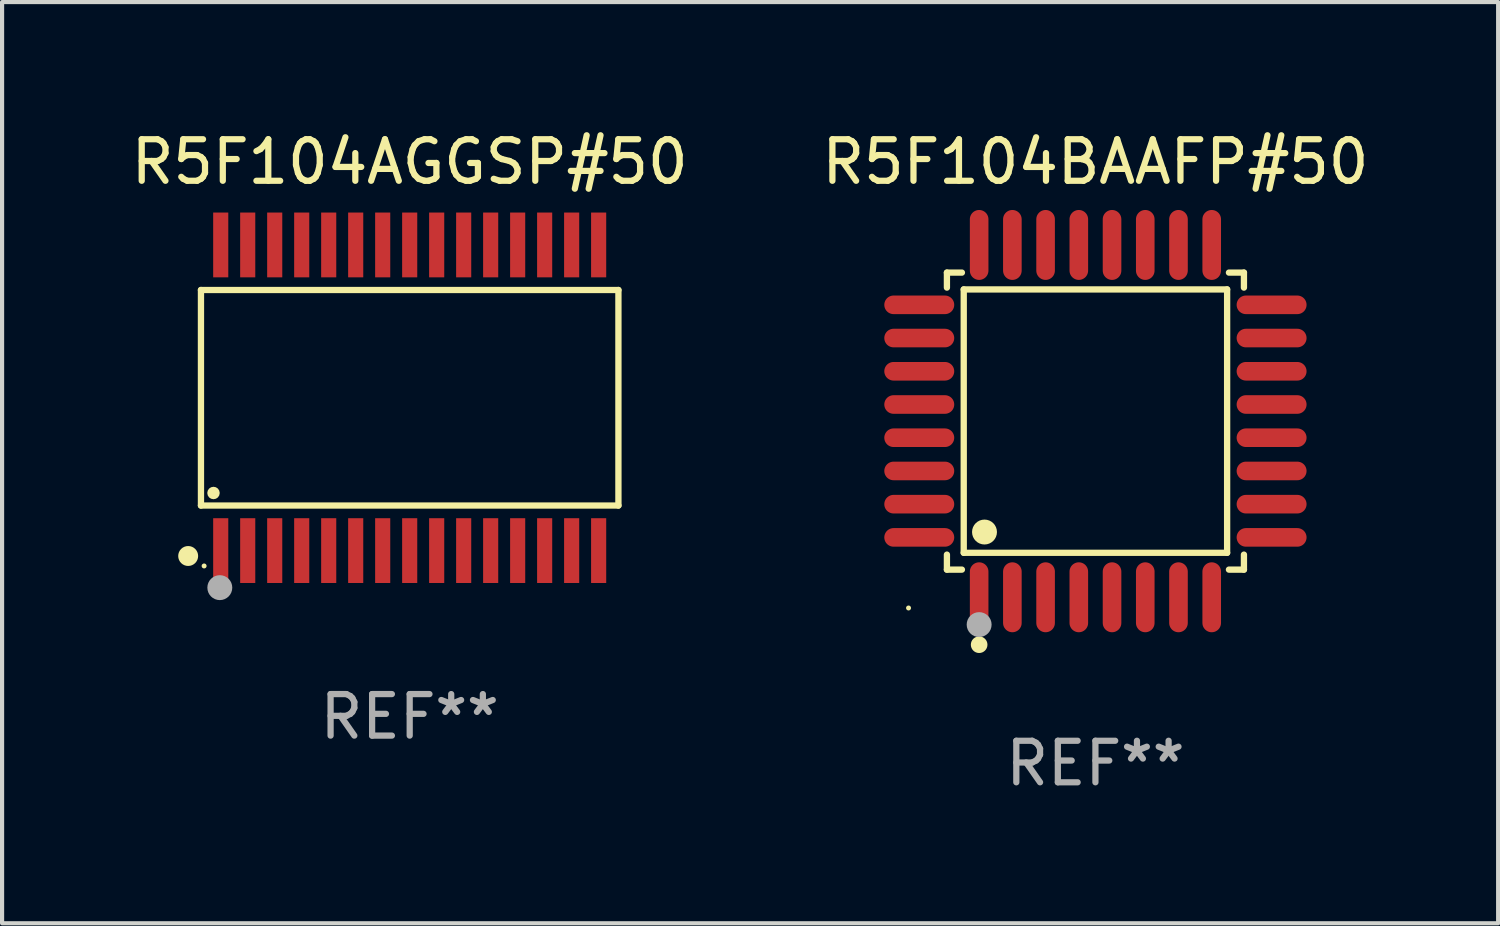
<source format=kicad_pcb>
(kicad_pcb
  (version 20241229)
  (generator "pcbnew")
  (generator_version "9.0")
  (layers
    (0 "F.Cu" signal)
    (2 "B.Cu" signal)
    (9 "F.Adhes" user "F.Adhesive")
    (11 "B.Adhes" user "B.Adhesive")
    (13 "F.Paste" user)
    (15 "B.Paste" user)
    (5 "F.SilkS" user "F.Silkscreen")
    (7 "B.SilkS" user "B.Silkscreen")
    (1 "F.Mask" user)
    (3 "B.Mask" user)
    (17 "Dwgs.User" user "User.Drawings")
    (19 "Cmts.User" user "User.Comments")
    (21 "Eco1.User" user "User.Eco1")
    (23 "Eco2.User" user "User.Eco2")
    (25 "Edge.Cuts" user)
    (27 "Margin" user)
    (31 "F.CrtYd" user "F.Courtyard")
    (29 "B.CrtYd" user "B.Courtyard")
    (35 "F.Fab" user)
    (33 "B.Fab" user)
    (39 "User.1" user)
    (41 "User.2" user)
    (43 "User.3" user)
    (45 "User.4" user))
  (footprint "R5F104BAAFP#50"
    (layer "F.Cu")
    (at 23.327 7.09)
    (property "Reference" "R5F104BAAFP#50" (at 0 -6.242 0) (layer "F.SilkS") (effects (font (size 1 1) (thickness 0.15))))
    (attr through_hole)
    (fp_line (start -3.576 -3.576) (end -3.215 -3.576) (stroke (width 0.152) (type solid)) (layer "F.SilkS"))
    (fp_line (start -3.576 -3.215) (end -3.576 -3.576) (stroke (width 0.152) (type solid)) (layer "F.SilkS"))
    (fp_line (start -3.576 3.215) (end -3.576 3.576) (stroke (width 0.152) (type solid)) (layer "F.SilkS"))
    (fp_line (start -3.576 3.576) (end -3.215 3.576) (stroke (width 0.152) (type solid)) (layer "F.SilkS"))
    (fp_line (start -3.171 -3.171) (end 3.171 -3.171) (stroke (width 0.152) (type solid)) (layer "F.SilkS"))
    (fp_line (start -3.171 3.171) (end -3.171 -3.171) (stroke (width 0.152) (type solid)) (layer "F.SilkS"))
    (fp_line (start 3.171 -3.171) (end 3.171 3.171) (stroke (width 0.152) (type solid)) (layer "F.SilkS"))
    (fp_line (start 3.171 3.171) (end -3.171 3.171) (stroke (width 0.152) (type solid)) (layer "F.SilkS"))
    (fp_line (start 3.576 -3.576) (end 3.215 -3.576) (stroke (width 0.152) (type solid)) (layer "F.SilkS"))
    (fp_line (start 3.576 -3.215) (end 3.576 -3.576) (stroke (width 0.152) (type solid)) (layer "F.SilkS"))
    (fp_line (start 3.576 3.215) (end 3.576 3.576) (stroke (width 0.152) (type solid)) (layer "F.SilkS"))
    (fp_line (start 3.576 3.576) (end 3.215 3.576) (stroke (width 0.152) (type solid)) (layer "F.SilkS"))
    (fp_circle (center -4.5 4.5) (end -4.47 4.5) (stroke (width 0.06) (type solid)) (fill no) (layer "F.SilkS"))
    (fp_circle (center -2.8 5.384) (end -2.7 5.384) (stroke (width 0.2) (type solid)) (fill no) (layer "F.SilkS"))
    (fp_circle (center -2.671 2.671) (end -2.521 2.671) (stroke (width 0.3) (type solid)) (fill no) (layer "F.SilkS"))
    (fp_circle (center -2.8 4.9) (end -2.65 4.9) (stroke (width 0.3) (type solid)) (fill no) (layer "F.Fab"))
    (fp_text user "REF**" (at 0 8.242 0) (layer "F.Fab") (effects (font (size 1 1) (thickness 0.15))))
    (pad "1" smd oval (at -2.8 4.242) (size 0.448 1.684) (layers "F.Cu" "F.Mask" "F.Paste"))
    (pad "2" smd oval (at -2 4.242) (size 0.448 1.684) (layers "F.Cu" "F.Mask" "F.Paste"))
    (pad "3" smd oval (at -1.2 4.242) (size 0.448 1.684) (layers "F.Cu" "F.Mask" "F.Paste"))
    (pad "4" smd oval (at -0.4 4.242) (size 0.448 1.684) (layers "F.Cu" "F.Mask" "F.Paste"))
    (pad "5" smd oval (at 0.4 4.242) (size 0.448 1.684) (layers "F.Cu" "F.Mask" "F.Paste"))
    (pad "6" smd oval (at 1.2 4.242) (size 0.448 1.684) (layers "F.Cu" "F.Mask" "F.Paste"))
    (pad "7" smd oval (at 2 4.242) (size 0.448 1.684) (layers "F.Cu" "F.Mask" "F.Paste"))
    (pad "8" smd oval (at 2.8 4.242) (size 0.448 1.684) (layers "F.Cu" "F.Mask" "F.Paste"))
    (pad "9" smd oval (at 4.242 2.8) (size 1.684 0.448) (layers "F.Cu" "F.Mask" "F.Paste"))
    (pad "10" smd oval (at 4.242 2) (size 1.684 0.448) (layers "F.Cu" "F.Mask" "F.Paste"))
    (pad "11" smd oval (at 4.242 1.2) (size 1.684 0.448) (layers "F.Cu" "F.Mask" "F.Paste"))
    (pad "12" smd oval (at 4.242 0.4) (size 1.684 0.448) (layers "F.Cu" "F.Mask" "F.Paste"))
    (pad "13" smd oval (at 4.242 -0.4) (size 1.684 0.448) (layers "F.Cu" "F.Mask" "F.Paste"))
    (pad "14" smd oval (at 4.242 -1.2) (size 1.684 0.448) (layers "F.Cu" "F.Mask" "F.Paste"))
    (pad "15" smd oval (at 4.242 -2) (size 1.684 0.448) (layers "F.Cu" "F.Mask" "F.Paste"))
    (pad "16" smd oval (at 4.242 -2.8) (size 1.684 0.448) (layers "F.Cu" "F.Mask" "F.Paste"))
    (pad "17" smd oval (at 2.8 -4.242) (size 0.448 1.684) (layers "F.Cu" "F.Mask" "F.Paste"))
    (pad "18" smd oval (at 2 -4.242) (size 0.448 1.684) (layers "F.Cu" "F.Mask" "F.Paste"))
    (pad "19" smd oval (at 1.2 -4.242) (size 0.448 1.684) (layers "F.Cu" "F.Mask" "F.Paste"))
    (pad "20" smd oval (at 0.4 -4.242) (size 0.448 1.684) (layers "F.Cu" "F.Mask" "F.Paste"))
    (pad "21" smd oval (at -0.4 -4.242) (size 0.448 1.684) (layers "F.Cu" "F.Mask" "F.Paste"))
    (pad "22" smd oval (at -1.2 -4.242) (size 0.448 1.684) (layers "F.Cu" "F.Mask" "F.Paste"))
    (pad "23" smd oval (at -2 -4.242) (size 0.448 1.684) (layers "F.Cu" "F.Mask" "F.Paste"))
    (pad "24" smd oval (at -2.8 -4.242) (size 0.448 1.684) (layers "F.Cu" "F.Mask" "F.Paste"))
    (pad "25" smd oval (at -4.242 -2.8) (size 1.684 0.448) (layers "F.Cu" "F.Mask" "F.Paste"))
    (pad "26" smd oval (at -4.242 -2) (size 1.684 0.448) (layers "F.Cu" "F.Mask" "F.Paste"))
    (pad "27" smd oval (at -4.242 -1.2) (size 1.684 0.448) (layers "F.Cu" "F.Mask" "F.Paste"))
    (pad "28" smd oval (at -4.242 -0.4) (size 1.684 0.448) (layers "F.Cu" "F.Mask" "F.Paste"))
    (pad "29" smd oval (at -4.242 0.4) (size 1.684 0.448) (layers "F.Cu" "F.Mask" "F.Paste"))
    (pad "30" smd oval (at -4.242 1.2) (size 1.684 0.448) (layers "F.Cu" "F.Mask" "F.Paste"))
    (pad "31" smd oval (at -4.242 2) (size 1.684 0.448) (layers "F.Cu" "F.Mask" "F.Paste"))
    (pad "32" smd oval (at -4.242 2.8) (size 1.684 0.448) (layers "F.Cu" "F.Mask" "F.Paste")))
  (footprint "R5F104AGGSP#50"
    (layer "F.Cu")
    (at 6.815 6.528)
    (property "Reference" "R5F104AGGSP#50" (at 0 -5.68 0) (layer "F.SilkS") (effects (font (size 1 1) (thickness 0.15))))
    (attr through_hole)
    (fp_line (start -5.026 -2.595) (end 5.026 -2.595) (stroke (width 0.152) (type solid)) (layer "F.SilkS"))
    (fp_line (start -5.026 2.595) (end -5.026 -2.595) (stroke (width 0.152) (type solid)) (layer "F.SilkS"))
    (fp_line (start 5.026 -2.595) (end 5.026 2.595) (stroke (width 0.152) (type solid)) (layer "F.SilkS"))
    (fp_line (start 5.026 2.595) (end -5.026 2.595) (stroke (width 0.152) (type solid)) (layer "F.SilkS"))
    (fp_circle (center -5.334 3.81) (end -5.214 3.81) (stroke (width 0.24) (type solid)) (fill no) (layer "F.SilkS"))
    (fp_circle (center -4.95 4.05) (end -4.92 4.05) (stroke (width 0.06) (type solid)) (fill no) (layer "F.SilkS"))
    (fp_circle (center -4.724 2.293) (end -4.649 2.293) (stroke (width 0.15) (type solid)) (fill no) (layer "F.SilkS"))
    (fp_circle (center -4.572 4.572) (end -4.422 4.572) (stroke (width 0.3) (type solid)) (fill no) (layer "F.Fab"))
    (fp_text user "REF**" (at 0 7.68 0) (layer "F.Fab") (effects (font (size 1 1) (thickness 0.15))))
    (pad "1" smd rect (at -4.55 3.68) (size 0.364 1.56) (layers "F.Cu" "F.Mask" "F.Paste"))
    (pad "2" smd rect (at -3.9 3.68) (size 0.364 1.56) (layers "F.Cu" "F.Mask" "F.Paste"))
    (pad "3" smd rect (at -3.25 3.68) (size 0.364 1.56) (layers "F.Cu" "F.Mask" "F.Paste"))
    (pad "4" smd rect (at -2.6 3.68) (size 0.364 1.56) (layers "F.Cu" "F.Mask" "F.Paste"))
    (pad "5" smd rect (at -1.95 3.68) (size 0.364 1.56) (layers "F.Cu" "F.Mask" "F.Paste"))
    (pad "6" smd rect (at -1.3 3.68) (size 0.364 1.56) (layers "F.Cu" "F.Mask" "F.Paste"))
    (pad "7" smd rect (at -0.65 3.68) (size 0.364 1.56) (layers "F.Cu" "F.Mask" "F.Paste"))
    (pad "8" smd rect (at -0.000013 3.68) (size 0.364 1.56) (layers "F.Cu" "F.Mask" "F.Paste"))
    (pad "9" smd rect (at 0.65 3.68) (size 0.364 1.56) (layers "F.Cu" "F.Mask" "F.Paste"))
    (pad "10" smd rect (at 1.3 3.68) (size 0.364 1.56) (layers "F.Cu" "F.Mask" "F.Paste"))
    (pad "11" smd rect (at 1.95 3.68) (size 0.364 1.56) (layers "F.Cu" "F.Mask" "F.Paste"))
    (pad "12" smd rect (at 2.6 3.68) (size 0.364 1.56) (layers "F.Cu" "F.Mask" "F.Paste"))
    (pad "13" smd rect (at 3.25 3.68) (size 0.364 1.56) (layers "F.Cu" "F.Mask" "F.Paste"))
    (pad "14" smd rect (at 3.9 3.68) (size 0.364 1.56) (layers "F.Cu" "F.Mask" "F.Paste"))
    (pad "15" smd rect (at 4.55 3.68) (size 0.364 1.56) (layers "F.Cu" "F.Mask" "F.Paste"))
    (pad "16" smd rect (at 4.55 -3.68) (size 0.364 1.56) (layers "F.Cu" "F.Mask" "F.Paste"))
    (pad "17" smd rect (at 3.9 -3.68) (size 0.364 1.56) (layers "F.Cu" "F.Mask" "F.Paste"))
    (pad "18" smd rect (at 3.25 -3.68) (size 0.364 1.56) (layers "F.Cu" "F.Mask" "F.Paste"))
    (pad "19" smd rect (at 2.6 -3.68) (size 0.364 1.56) (layers "F.Cu" "F.Mask" "F.Paste"))
    (pad "20" smd rect (at 1.95 -3.68) (size 0.364 1.56) (layers "F.Cu" "F.Mask" "F.Paste"))
    (pad "21" smd rect (at 1.3 -3.68) (size 0.364 1.56) (layers "F.Cu" "F.Mask" "F.Paste"))
    (pad "22" smd rect (at 0.65 -3.68) (size 0.364 1.56) (layers "F.Cu" "F.Mask" "F.Paste"))
    (pad "23" smd rect (at -0.000013 -3.68) (size 0.364 1.56) (layers "F.Cu" "F.Mask" "F.Paste"))
    (pad "24" smd rect (at -0.65 -3.68) (size 0.364 1.56) (layers "F.Cu" "F.Mask" "F.Paste"))
    (pad "25" smd rect (at -1.3 -3.68) (size 0.364 1.56) (layers "F.Cu" "F.Mask" "F.Paste"))
    (pad "26" smd rect (at -1.95 -3.68) (size 0.364 1.56) (layers "F.Cu" "F.Mask" "F.Paste"))
    (pad "27" smd rect (at -2.6 -3.68) (size 0.364 1.56) (layers "F.Cu" "F.Mask" "F.Paste"))
    (pad "28" smd rect (at -3.25 -3.68) (size 0.364 1.56) (layers "F.Cu" "F.Mask" "F.Paste"))
    (pad "29" smd rect (at -3.9 -3.68) (size 0.364 1.56) (layers "F.Cu" "F.Mask" "F.Paste"))
    (pad "30" smd rect (at -4.55 -3.68) (size 0.364 1.56) (layers "F.Cu" "F.Mask" "F.Paste")))
  (gr_rect
    (start -3 -3)
    (end 33.024 19.181)
    (stroke (width 0.1) (type default))
    (fill no)
    (layer "Edge.Cuts")))
</source>
